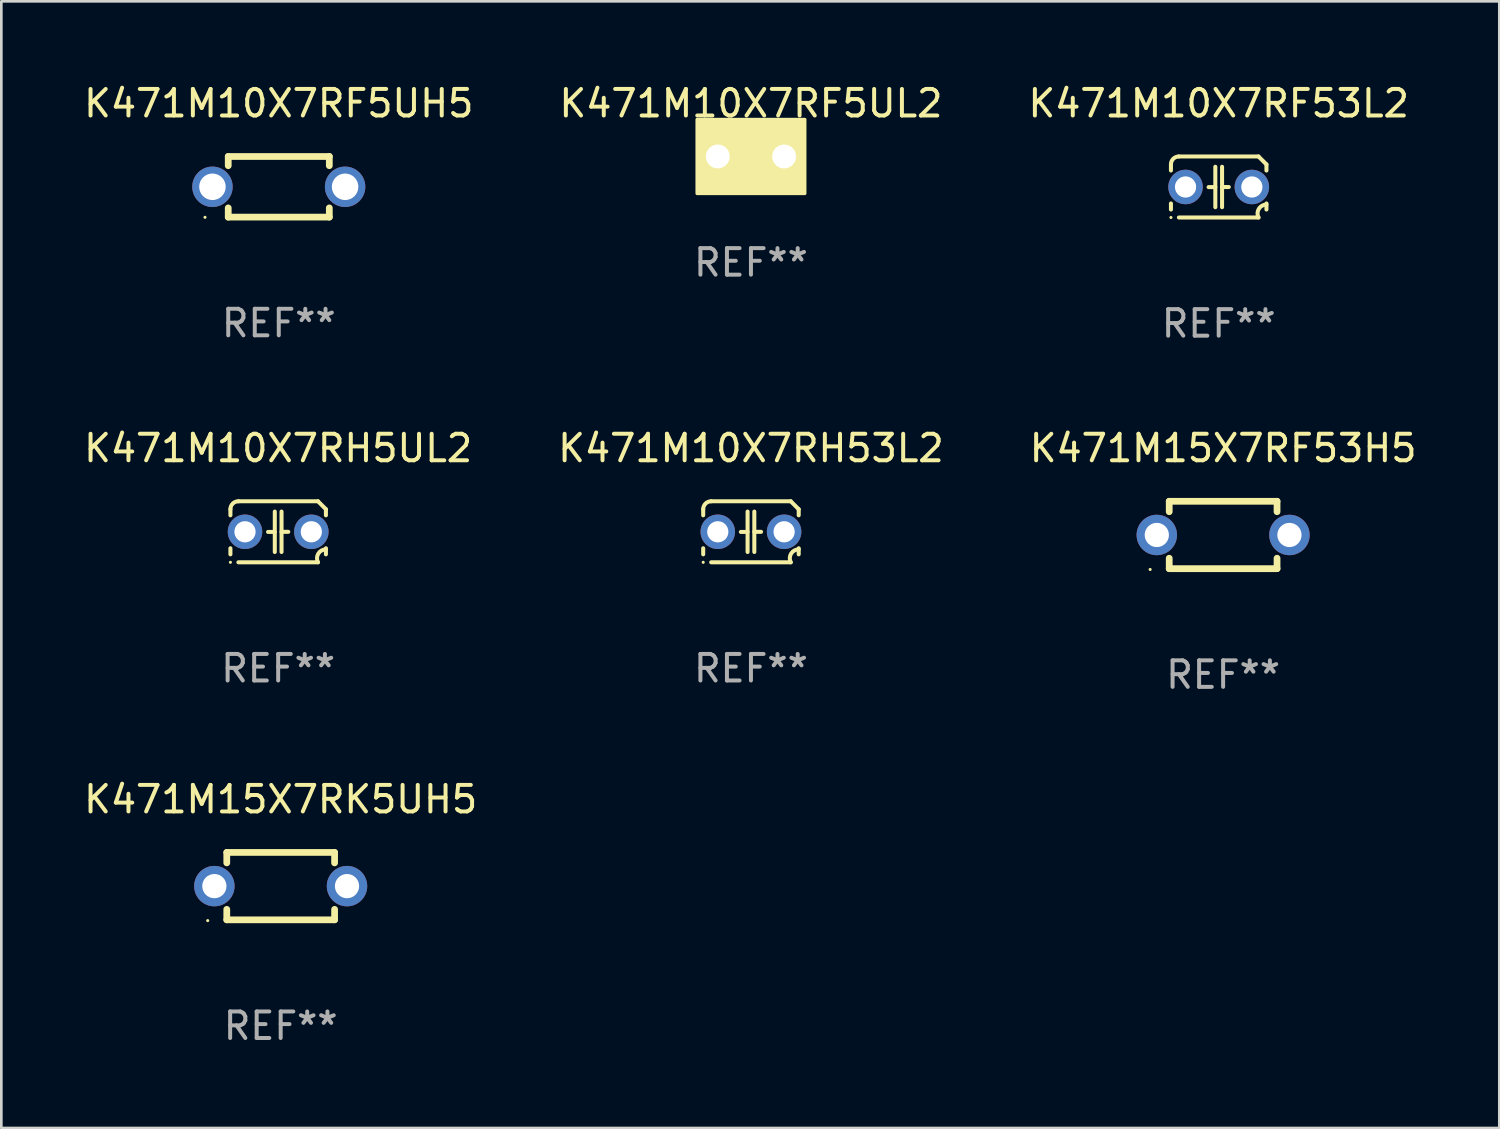
<source format=kicad_pcb>
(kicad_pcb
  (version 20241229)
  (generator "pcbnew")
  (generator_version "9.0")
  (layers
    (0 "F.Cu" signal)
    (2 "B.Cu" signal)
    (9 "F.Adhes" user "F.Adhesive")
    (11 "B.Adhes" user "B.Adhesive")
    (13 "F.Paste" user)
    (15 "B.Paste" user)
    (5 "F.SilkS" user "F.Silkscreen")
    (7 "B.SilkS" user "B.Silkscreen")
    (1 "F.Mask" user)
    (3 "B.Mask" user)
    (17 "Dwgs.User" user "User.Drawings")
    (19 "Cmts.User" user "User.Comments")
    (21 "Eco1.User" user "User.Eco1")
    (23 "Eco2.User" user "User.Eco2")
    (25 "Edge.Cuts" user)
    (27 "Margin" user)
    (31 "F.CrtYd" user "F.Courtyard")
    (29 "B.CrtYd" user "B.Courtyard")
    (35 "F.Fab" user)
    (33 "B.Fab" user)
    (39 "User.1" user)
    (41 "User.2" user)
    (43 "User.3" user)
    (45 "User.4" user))
  (footprint "K471M10X7RF5UL2"
    (layer "F.Cu")
    (at 25.256 2.848)
    (property "Reference" "K471M10X7RF5UL2" (at 0 -2 0) (layer "F.SilkS") (effects (font (size 1 1) (thickness 0.15))))
    (attr through_hole)
    (fp_circle (center -1.8 1.15) (end -1.77 1.15) (stroke (width 0.06) (type solid)) (fill no) (layer "F.SilkS"))
    (fp_poly (pts (xy -2.032 -1.397) (xy 2.032 -1.397) (xy 2.032 1.397) (xy -2.032 1.397)) (stroke (width 0.12) (type solid)) (fill yes) (layer "F.SilkS"))
    (fp_text user "REF**" (at 0 4 0) (layer "F.Fab") (effects (font (size 1 1) (thickness 0.15))))
    (pad "1" thru_hole circle (at -1.25 0) (size 1.5 1.5) (drill 0.9) (layers "*.Cu" "*.Mask"))
    (pad "2" thru_hole circle (at 1.25 0) (size 1.5 1.5) (drill 0.9) (layers "*.Cu" "*.Mask")))
  (footprint "K471M10X7RF5UH5"
    (layer "F.Cu")
    (at 7.458 3.991)
    (property "Reference" "K471M10X7RF5UH5" (at 0 -3.143 0) (layer "F.SilkS") (effects (font (size 1 1) (thickness 0.15))))
    (attr through_hole)
    (fp_line (start -1.905 -1.143) (end 1.905 -1.143) (stroke (width 0.254) (type solid)) (layer "F.SilkS"))
    (fp_line (start -1.905 -0.795) (end -1.905 -1.143) (stroke (width 0.254) (type solid)) (layer "F.SilkS"))
    (fp_line (start -1.905 1.143) (end -1.905 0.795) (stroke (width 0.254) (type solid)) (layer "F.SilkS"))
    (fp_line (start 1.905 -1.143) (end 1.905 -0.795) (stroke (width 0.254) (type solid)) (layer "F.SilkS"))
    (fp_line (start 1.905 0.795) (end 1.905 1.143) (stroke (width 0.254) (type solid)) (layer "F.SilkS"))
    (fp_line (start 1.905 1.143) (end -1.905 1.143) (stroke (width 0.254) (type solid)) (layer "F.SilkS"))
    (fp_circle (center -2.781 1.15) (end -2.751 1.15) (stroke (width 0.06) (type solid)) (fill no) (layer "F.SilkS"))
    (fp_text user "REF**" (at 0 5.143 0) (layer "F.Fab") (effects (font (size 1 1) (thickness 0.15))))
    (pad "1" thru_hole circle (at -2.5 0) (size 1.524 1.524) (drill 1) (layers "*.Cu" "*.Mask"))
    (pad "2" thru_hole circle (at 2.5 0) (size 1.524 1.524) (drill 1) (layers "*.Cu" "*.Mask")))
  (footprint "K471M10X7RH53L2"
    (layer "F.Cu")
    (at 25.256 16.995)
    (property "Reference" "K471M10X7RH53L2" (at 0 -3.15 0) (layer "F.SilkS") (effects (font (size 1 1) (thickness 0.15))))
    (attr through_hole)
    (fp_line (start -1.8 -0.621) (end -1.8 -0.85) (stroke (width 0.152) (type solid)) (layer "F.SilkS"))
    (fp_line (start -1.8 0.85) (end -1.8 0.621) (stroke (width 0.152) (type solid)) (layer "F.SilkS"))
    (fp_line (start -1.5 -1.15) (end 1.5 -1.15) (stroke (width 0.152) (type solid)) (layer "F.SilkS"))
    (fp_line (start -0.127 -0.762) (end -0.127 0.762) (stroke (width 0.152) (type solid)) (layer "F.SilkS"))
    (fp_line (start -0.127 0.005) (end -0.381 0.005) (stroke (width 0.152) (type solid)) (layer "F.SilkS"))
    (fp_line (start 0.127 -0.762) (end 0.127 0.762) (stroke (width 0.152) (type solid)) (layer "F.SilkS"))
    (fp_line (start 0.127 0.002) (end 0.381 0.002) (stroke (width 0.152) (type solid)) (layer "F.SilkS"))
    (fp_line (start 1.5 1.15) (end -1.5 1.15) (stroke (width 0.152) (type solid)) (layer "F.SilkS"))
    (fp_line (start 1.8 -0.85) (end 1.8 -0.621) (stroke (width 0.152) (type solid)) (layer "F.SilkS"))
    (fp_line (start 1.8 0.621) (end 1.8 0.85) (stroke (width 0.152) (type solid)) (layer "F.SilkS"))
    (fp_arc (start -1.799975 -0.849987) (mid -1.712107 -1.062119) (end -1.499975 -1.149987) (stroke (width 0.151994) (type solid)) (layer "F.SilkS"))
    (fp_arc (start 1.499975 1.149987) (mid 1.513726 0.822359) (end 1.799975 0.662387) (stroke (width 0.151994) (type solid)) (layer "F.SilkS"))
    (fp_arc (start 1.500001 -1.149986) (mid 1.650015 -1.000001) (end 1.8 -0.849987) (stroke (width 0.151994) (type solid)) (layer "F.SilkS"))
    (fp_circle (center -1.8 1.15) (end -1.77 1.15) (stroke (width 0.06) (type solid)) (fill no) (layer "F.SilkS"))
    (fp_text user "REF**" (at 0 5.15 0) (layer "F.Fab") (effects (font (size 1 1) (thickness 0.15))))
    (pad "1" thru_hole circle (at -1.25 0) (size 1.3 1.3) (drill 0.8) (layers "*.Cu" "*.Mask"))
    (pad "2" thru_hole circle (at 1.25 0) (size 1.3 1.3) (drill 0.8) (layers "*.Cu" "*.Mask")))
  (footprint "K471M10X7RH5UL2"
    (layer "F.Cu")
    (at 7.435 16.995)
    (property "Reference" "K471M10X7RH5UL2" (at 0 -3.15 0) (layer "F.SilkS") (effects (font (size 1 1) (thickness 0.15))))
    (attr through_hole)
    (fp_line (start -1.8 -0.621) (end -1.8 -0.85) (stroke (width 0.152) (type solid)) (layer "F.SilkS"))
    (fp_line (start -1.8 0.85) (end -1.8 0.621) (stroke (width 0.152) (type solid)) (layer "F.SilkS"))
    (fp_line (start -1.5 -1.15) (end 1.5 -1.15) (stroke (width 0.152) (type solid)) (layer "F.SilkS"))
    (fp_line (start -0.127 -0.762) (end -0.127 0.762) (stroke (width 0.152) (type solid)) (layer "F.SilkS"))
    (fp_line (start -0.127 0.005) (end -0.381 0.005) (stroke (width 0.152) (type solid)) (layer "F.SilkS"))
    (fp_line (start 0.127 -0.762) (end 0.127 0.762) (stroke (width 0.152) (type solid)) (layer "F.SilkS"))
    (fp_line (start 0.127 0.002) (end 0.381 0.002) (stroke (width 0.152) (type solid)) (layer "F.SilkS"))
    (fp_line (start 1.5 1.15) (end -1.5 1.15) (stroke (width 0.152) (type solid)) (layer "F.SilkS"))
    (fp_line (start 1.8 -0.85) (end 1.8 -0.621) (stroke (width 0.152) (type solid)) (layer "F.SilkS"))
    (fp_line (start 1.8 0.621) (end 1.8 0.85) (stroke (width 0.152) (type solid)) (layer "F.SilkS"))
    (fp_arc (start -1.799975 -0.849987) (mid -1.712107 -1.062119) (end -1.499975 -1.149987) (stroke (width 0.151994) (type solid)) (layer "F.SilkS"))
    (fp_arc (start 1.499975 1.149987) (mid 1.513726 0.822359) (end 1.799975 0.662387) (stroke (width 0.151994) (type solid)) (layer "F.SilkS"))
    (fp_arc (start 1.500001 -1.149986) (mid 1.650015 -1.000001) (end 1.8 -0.849987) (stroke (width 0.151994) (type solid)) (layer "F.SilkS"))
    (fp_circle (center -1.8 1.15) (end -1.77 1.15) (stroke (width 0.06) (type solid)) (fill no) (layer "F.SilkS"))
    (fp_text user "REF**" (at 0 5.15 0) (layer "F.Fab") (effects (font (size 1 1) (thickness 0.15))))
    (pad "1" thru_hole circle (at -1.25 0) (size 1.3 1.3) (drill 0.8) (layers "*.Cu" "*.Mask"))
    (pad "2" thru_hole circle (at 1.25 0) (size 1.3 1.3) (drill 0.8) (layers "*.Cu" "*.Mask")))
  (footprint "K471M15X7RF53H5"
    (layer "F.Cu")
    (at 43.054 17.115)
    (property "Reference" "K471M15X7RF53H5" (at 0 -3.27 0) (layer "F.SilkS") (effects (font (size 1 1) (thickness 0.15))))
    (attr through_hole)
    (fp_line (start -2.032 -1.27) (end -2.032 -0.876) (stroke (width 0.254) (type solid)) (layer "F.SilkS"))
    (fp_line (start -2.032 0.876) (end -2.032 1.27) (stroke (width 0.254) (type solid)) (layer "F.SilkS"))
    (fp_line (start -2.032 1.27) (end 2.032 1.27) (stroke (width 0.254) (type solid)) (layer "F.SilkS"))
    (fp_line (start 2.032 -1.27) (end -2.032 -1.27) (stroke (width 0.254) (type solid)) (layer "F.SilkS"))
    (fp_line (start 2.032 -0.876) (end 2.032 -1.27) (stroke (width 0.254) (type solid)) (layer "F.SilkS"))
    (fp_line (start 2.032 1.27) (end 2.032 0.876) (stroke (width 0.254) (type solid)) (layer "F.SilkS"))
    (fp_circle (center -2.751 1.3) (end -2.721 1.3) (stroke (width 0.06) (type solid)) (fill no) (layer "F.SilkS"))
    (fp_text user "REF**" (at 0 5.27 0) (layer "F.Fab") (effects (font (size 1 1) (thickness 0.15))))
    (pad "1" thru_hole circle (at -2.5 0) (size 1.524 1.524) (drill 0.914) (layers "*.Cu" "*.Mask"))
    (pad "2" thru_hole circle (at 2.5 0) (size 1.524 1.524) (drill 0.914) (layers "*.Cu" "*.Mask")))
  (footprint "K471M15X7RK5UH5"
    (layer "F.Cu")
    (at 7.53 30.351)
    (property "Reference" "K471M15X7RK5UH5" (at 0 -3.27 0) (layer "F.SilkS") (effects (font (size 1 1) (thickness 0.15))))
    (attr through_hole)
    (fp_line (start -2.032 -1.27) (end -2.032 -0.876) (stroke (width 0.254) (type solid)) (layer "F.SilkS"))
    (fp_line (start -2.032 0.876) (end -2.032 1.27) (stroke (width 0.254) (type solid)) (layer "F.SilkS"))
    (fp_line (start -2.032 1.27) (end 2.032 1.27) (stroke (width 0.254) (type solid)) (layer "F.SilkS"))
    (fp_line (start 2.032 -1.27) (end -2.032 -1.27) (stroke (width 0.254) (type solid)) (layer "F.SilkS"))
    (fp_line (start 2.032 -0.876) (end 2.032 -1.27) (stroke (width 0.254) (type solid)) (layer "F.SilkS"))
    (fp_line (start 2.032 1.27) (end 2.032 0.876) (stroke (width 0.254) (type solid)) (layer "F.SilkS"))
    (fp_circle (center -2.751 1.3) (end -2.721 1.3) (stroke (width 0.06) (type solid)) (fill no) (layer "F.SilkS"))
    (fp_text user "REF**" (at 0 5.27 0) (layer "F.Fab") (effects (font (size 1 1) (thickness 0.15))))
    (pad "1" thru_hole circle (at -2.5 0) (size 1.524 1.524) (drill 0.914) (layers "*.Cu" "*.Mask"))
    (pad "2" thru_hole circle (at 2.5 0) (size 1.524 1.524) (drill 0.914) (layers "*.Cu" "*.Mask")))
  (footprint "K471M10X7RF53L2"
    (layer "F.Cu")
    (at 42.887 3.998)
    (property "Reference" "K471M10X7RF53L2" (at 0 -3.15 0) (layer "F.SilkS") (effects (font (size 1 1) (thickness 0.15))))
    (attr through_hole)
    (fp_line (start -1.8 -0.621) (end -1.8 -0.85) (stroke (width 0.152) (type solid)) (layer "F.SilkS"))
    (fp_line (start -1.8 0.85) (end -1.8 0.621) (stroke (width 0.152) (type solid)) (layer "F.SilkS"))
    (fp_line (start -1.5 -1.15) (end 1.5 -1.15) (stroke (width 0.152) (type solid)) (layer "F.SilkS"))
    (fp_line (start -0.127 -0.762) (end -0.127 0.762) (stroke (width 0.152) (type solid)) (layer "F.SilkS"))
    (fp_line (start -0.127 0.005) (end -0.381 0.005) (stroke (width 0.152) (type solid)) (layer "F.SilkS"))
    (fp_line (start 0.127 -0.762) (end 0.127 0.762) (stroke (width 0.152) (type solid)) (layer "F.SilkS"))
    (fp_line (start 0.127 0.002) (end 0.381 0.002) (stroke (width 0.152) (type solid)) (layer "F.SilkS"))
    (fp_line (start 1.5 1.15) (end -1.5 1.15) (stroke (width 0.152) (type solid)) (layer "F.SilkS"))
    (fp_line (start 1.8 -0.85) (end 1.8 -0.621) (stroke (width 0.152) (type solid)) (layer "F.SilkS"))
    (fp_line (start 1.8 0.621) (end 1.8 0.85) (stroke (width 0.152) (type solid)) (layer "F.SilkS"))
    (fp_arc (start -1.799975 -0.849987) (mid -1.712107 -1.062119) (end -1.499975 -1.149987) (stroke (width 0.151994) (type solid)) (layer "F.SilkS"))
    (fp_arc (start 1.499975 1.149987) (mid 1.513726 0.822359) (end 1.799975 0.662387) (stroke (width 0.151994) (type solid)) (layer "F.SilkS"))
    (fp_arc (start 1.500001 -1.149986) (mid 1.650015 -1.000001) (end 1.8 -0.849987) (stroke (width 0.151994) (type solid)) (layer "F.SilkS"))
    (fp_circle (center -1.8 1.15) (end -1.77 1.15) (stroke (width 0.06) (type solid)) (fill no) (layer "F.SilkS"))
    (fp_text user "REF**" (at 0 5.15 0) (layer "F.Fab") (effects (font (size 1 1) (thickness 0.15))))
    (pad "1" thru_hole circle (at -1.25 0) (size 1.3 1.3) (drill 0.8) (layers "*.Cu" "*.Mask"))
    (pad "2" thru_hole circle (at 1.25 0) (size 1.3 1.3) (drill 0.8) (layers "*.Cu" "*.Mask")))
  (gr_rect
    (start -3 -3)
    (end 53.464 39.469)
    (stroke (width 0.1) (type default))
    (fill no)
    (layer "Edge.Cuts")))
</source>
